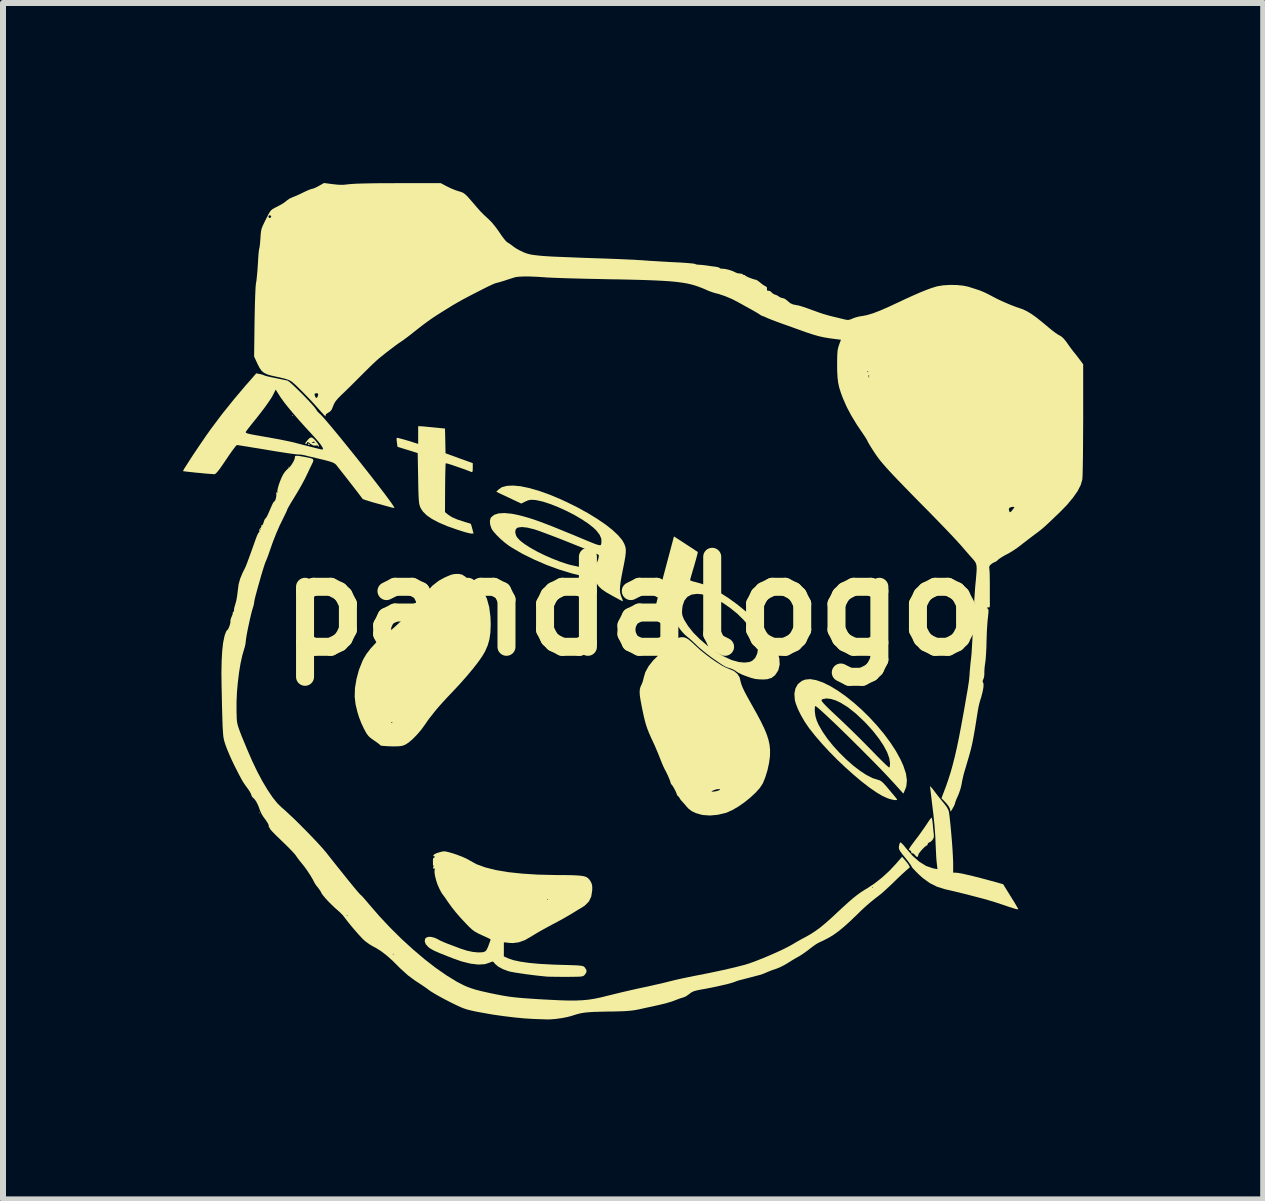
<source format=kicad_pcb>
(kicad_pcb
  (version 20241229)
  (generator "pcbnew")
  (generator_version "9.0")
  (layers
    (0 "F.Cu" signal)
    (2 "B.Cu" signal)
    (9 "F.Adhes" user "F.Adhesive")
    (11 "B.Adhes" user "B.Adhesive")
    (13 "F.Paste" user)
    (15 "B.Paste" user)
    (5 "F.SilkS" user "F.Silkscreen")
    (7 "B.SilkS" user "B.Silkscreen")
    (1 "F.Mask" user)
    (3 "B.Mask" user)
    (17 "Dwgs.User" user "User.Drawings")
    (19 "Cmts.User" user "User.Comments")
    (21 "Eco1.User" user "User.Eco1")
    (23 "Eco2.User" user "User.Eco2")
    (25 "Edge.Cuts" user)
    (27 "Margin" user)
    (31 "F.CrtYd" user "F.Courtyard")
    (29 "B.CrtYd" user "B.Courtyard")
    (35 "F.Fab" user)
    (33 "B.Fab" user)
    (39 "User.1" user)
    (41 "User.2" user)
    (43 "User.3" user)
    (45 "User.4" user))
  (footprint "pandalogo"
    (layer "F.Cu")
    (at 7.498 7.051)
    (property "Reference" "pandalogo" (at 0 0 0) (layer "F.SilkS") (effects (font (size 1.5 1.5) (thickness 0.3))))
    (attr board_only exclude_from_pos_files exclude_from_bom)
    (fp_poly (pts (xy -6.217 3.446) (xy -6.224 3.454) (xy -6.232 3.446) (xy -6.224 3.438)) (stroke (width 0) (type solid)) (fill yes) (layer "F.SilkS"))
    (fp_poly (pts (xy -5.73 -2.316) (xy -5.738 -2.308) (xy -5.746 -2.316) (xy -5.738 -2.323)) (stroke (width 0) (type solid)) (fill yes) (layer "F.SilkS"))
    (fp_poly (pts (xy -5.667 -3.179) (xy -5.675 -3.171) (xy -5.683 -3.179) (xy -5.675 -3.187)) (stroke (width 0) (type solid)) (fill yes) (layer "F.SilkS"))
    (fp_poly (pts (xy 1.397 0.494) (xy 1.389 0.502) (xy 1.381 0.494) (xy 1.389 0.487)) (stroke (width 0) (type solid)) (fill yes) (layer "F.SilkS"))
    (fp_poly (pts (xy -5.4 -2.708) (xy -5.385 -2.694) (xy -5.385 -2.691) (xy -5.397 -2.685) (xy -5.4 -2.684) (xy -5.415 -2.696) (xy -5.416 -2.701) (xy -5.406 -2.71)) (stroke (width 0) (type solid)) (fill yes) (layer "F.SilkS"))
    (fp_poly (pts (xy -5.344 -2.806) (xy -5.319 -2.788) (xy -5.29 -2.757) (xy -5.262 -2.722) (xy -5.241 -2.689) (xy -5.231 -2.665) (xy -5.236 -2.658) (xy -5.251 -2.665) (xy -5.25 -2.671) (xy -5.257 -2.678) (xy -5.285 -2.675) (xy -5.286 -2.675) (xy -5.326 -2.676) (xy -5.367 -2.699) (xy -5.377 -2.707) (xy -5.401 -2.725) (xy -5.352 -2.725) (xy -5.343 -2.72) (xy -5.323 -2.72) (xy -5.301 -2.727) (xy -5.3 -2.734) (xy -5.318 -2.74) (xy -5.33 -2.737) (xy -5.352 -2.725) (xy -5.401 -2.725) (xy -5.408 -2.731) (xy -5.424 -2.734) (xy -5.429 -2.724) (xy -5.441 -2.703) (xy -5.448 -2.7) (xy -5.462 -2.706) (xy -5.455 -2.725) (xy -5.427 -2.76) (xy -5.419 -2.77) (xy -5.387 -2.802) (xy -5.362 -2.811)) (stroke (width 0) (type solid)) (fill yes) (layer "F.SilkS"))
    (fp_poly (pts (xy 4.982 3.536) (xy 4.99 3.57) (xy 4.996 3.622) (xy 4.997 3.631) (xy 5.003 3.697) (xy 5.009 3.759) (xy 5.015 3.801) (xy 5.015 3.853) (xy 4.994 3.896) (xy 4.991 3.899) (xy 4.962 3.927) (xy 4.937 3.94) (xy 4.936 3.94) (xy 4.916 3.953) (xy 4.914 3.964) (xy 4.907 3.985) (xy 4.902 3.987) (xy 4.88 3.999) (xy 4.848 4.027) (xy 4.812 4.065) (xy 4.78 4.103) (xy 4.76 4.134) (xy 4.757 4.145) (xy 4.749 4.176) (xy 4.731 4.18) (xy 4.705 4.156) (xy 4.702 4.151) (xy 4.677 4.124) (xy 4.654 4.119) (xy 4.639 4.117) (xy 4.641 4.106) (xy 4.635 4.084) (xy 4.624 4.076) (xy 4.603 4.061) (xy 4.6 4.052) (xy 4.609 4.035) (xy 4.633 3.998) (xy 4.67 3.948) (xy 4.709 3.896) (xy 4.763 3.825) (xy 4.818 3.748) (xy 4.867 3.678) (xy 4.89 3.644) (xy 4.924 3.592) (xy 4.953 3.551) (xy 4.972 3.528) (xy 4.975 3.525)) (stroke (width 0) (type solid)) (fill yes) (layer "F.SilkS"))
    (fp_poly (pts (xy -3.536 -2.997) (xy -3.503 -2.995) (xy -3.448 -2.99) (xy -3.377 -2.983) (xy -3.312 -2.977) (xy -3.132 -2.959) (xy -3.127 -2.753) (xy -3.123 -2.547) (xy -2.896 -2.464) (xy -2.669 -2.382) (xy -2.669 -2.304) (xy -2.67 -2.258) (xy -2.676 -2.237) (xy -2.689 -2.234) (xy -2.696 -2.237) (xy -2.758 -2.261) (xy -2.828 -2.287) (xy -2.903 -2.313) (xy -2.975 -2.338) (xy -3.038 -2.359) (xy -3.087 -2.374) (xy -3.115 -2.38) (xy -3.119 -2.38) (xy -3.122 -2.363) (xy -3.124 -2.319) (xy -3.126 -2.251) (xy -3.128 -2.165) (xy -3.129 -2.065) (xy -3.13 -1.969) (xy -3.132 -1.567) (xy -3.079 -1.523) (xy -3.016 -1.482) (xy -2.923 -1.442) (xy -2.802 -1.402) (xy -2.779 -1.396) (xy -2.736 -1.383) (xy -2.708 -1.374) (xy -2.703 -1.372) (xy -2.697 -1.357) (xy -2.685 -1.32) (xy -2.677 -1.289) (xy -2.656 -1.209) (xy -2.698 -1.209) (xy -2.729 -1.215) (xy -2.782 -1.228) (xy -2.849 -1.248) (xy -2.921 -1.271) (xy -3.094 -1.332) (xy -3.236 -1.393) (xy -3.35 -1.453) (xy -3.438 -1.514) (xy -3.501 -1.577) (xy -3.535 -1.629) (xy -3.546 -1.653) (xy -3.554 -1.677) (xy -3.561 -1.705) (xy -3.566 -1.742) (xy -3.57 -1.792) (xy -3.573 -1.858) (xy -3.576 -1.945) (xy -3.578 -2.058) (xy -3.579 -2.127) (xy -3.587 -2.55) (xy -3.755 -2.602) (xy -3.923 -2.654) (xy -3.933 -2.725) (xy -3.938 -2.769) (xy -3.938 -2.798) (xy -3.936 -2.804) (xy -3.919 -2.803) (xy -3.878 -2.793) (xy -3.819 -2.777) (xy -3.753 -2.758) (xy -3.579 -2.703) (xy -3.579 -2.851) (xy -3.579 -2.998)) (stroke (width 0) (type solid)) (fill yes) (layer "F.SilkS"))
    (fp_poly (pts (xy 4.964 3.011) (xy 4.989 3.04) (xy 5.023 3.084) (xy 5.042 3.109) (xy 5.089 3.171) (xy 5.14 3.234) (xy 5.183 3.286) (xy 5.19 3.294) (xy 5.229 3.346) (xy 5.257 3.397) (xy 5.265 3.422) (xy 5.273 3.474) (xy 5.282 3.551) (xy 5.292 3.647) (xy 5.302 3.754) (xy 5.312 3.868) (xy 5.321 3.981) (xy 5.328 4.087) (xy 5.333 4.18) (xy 5.336 4.253) (xy 5.337 4.274) (xy 5.337 4.443) (xy 5.383 4.443) (xy 5.423 4.447) (xy 5.49 4.459) (xy 5.578 4.479) (xy 5.684 4.504) (xy 5.805 4.535) (xy 5.935 4.57) (xy 5.97 4.579) (xy 6.17 4.635) (xy 6.295 4.837) (xy 6.339 4.907) (xy 6.376 4.968) (xy 6.403 5.015) (xy 6.419 5.042) (xy 6.421 5.047) (xy 6.417 5.052) (xy 6.404 5.052) (xy 6.378 5.047) (xy 6.335 5.034) (xy 6.272 5.014) (xy 6.184 4.984) (xy 6.133 4.967) (xy 6.03 4.933) (xy 5.917 4.899) (xy 5.789 4.864) (xy 5.644 4.826) (xy 5.478 4.784) (xy 5.286 4.738) (xy 5.196 4.717) (xy 5.066 4.676) (xy 4.947 4.616) (xy 4.831 4.532) (xy 4.773 4.48) (xy 4.722 4.43) (xy 4.681 4.387) (xy 4.654 4.356) (xy 4.646 4.343) (xy 4.636 4.324) (xy 4.61 4.287) (xy 4.573 4.237) (xy 4.536 4.191) (xy 4.487 4.131) (xy 4.456 4.088) (xy 4.439 4.057) (xy 4.432 4.032) (xy 4.434 4.006) (xy 4.434 4.004) (xy 4.442 3.964) (xy 4.453 3.939) (xy 4.454 3.938) (xy 4.469 3.944) (xy 4.497 3.97) (xy 4.533 4.012) (xy 4.55 4.034) (xy 4.66 4.161) (xy 4.772 4.26) (xy 4.887 4.331) (xy 5.001 4.37) (xy 5.014 4.373) (xy 5.075 4.384) (xy 5.064 4.284) (xy 5.058 4.226) (xy 5.053 4.149) (xy 5.049 4.062) (xy 5.046 3.995) (xy 5.039 3.83) (xy 5.026 3.656) (xy 5.007 3.466) (xy 4.981 3.254) (xy 4.979 3.234) (xy 4.969 3.153) (xy 4.961 3.084) (xy 4.955 3.033) (xy 4.953 3.005) (xy 4.953 3.001)) (stroke (width 0) (type solid)) (fill yes) (layer "F.SilkS"))
    (fp_poly (pts (xy -2.9 -0.536) (xy -2.848 -0.525) (xy -2.797 -0.493) (xy -2.783 -0.481) (xy -2.732 -0.441) (xy -2.676 -0.405) (xy -2.66 -0.396) (xy -2.567 -0.331) (xy -2.492 -0.241) (xy -2.434 -0.125) (xy -2.395 0.016) (xy -2.374 0.182) (xy -2.37 0.304) (xy -2.375 0.438) (xy -2.391 0.551) (xy -2.419 0.652) (xy -2.462 0.751) (xy -2.467 0.761) (xy -2.514 0.84) (xy -2.582 0.937) (xy -2.669 1.048) (xy -2.772 1.171) (xy -2.889 1.303) (xy -3.018 1.441) (xy -3.044 1.468) (xy -3.11 1.538) (xy -3.176 1.61) (xy -3.235 1.676) (xy -3.28 1.729) (xy -3.289 1.74) (xy -3.328 1.789) (xy -3.36 1.83) (xy -3.381 1.855) (xy -3.383 1.858) (xy -3.399 1.879) (xy -3.427 1.918) (xy -3.461 1.968) (xy -3.468 1.978) (xy -3.529 2.062) (xy -3.598 2.142) (xy -3.668 2.214) (xy -3.734 2.271) (xy -3.789 2.307) (xy -3.796 2.31) (xy -3.832 2.325) (xy -3.872 2.333) (xy -3.924 2.337) (xy -3.995 2.338) (xy -4.035 2.337) (xy -4.104 2.334) (xy -4.16 2.33) (xy -4.197 2.326) (xy -4.207 2.322) (xy -4.219 2.309) (xy -4.251 2.283) (xy -4.298 2.25) (xy -4.315 2.239) (xy -4.368 2.201) (xy -4.406 2.167) (xy -4.436 2.128) (xy -4.466 2.075) (xy -4.486 2.037) (xy -4.53 1.943) (xy -4.532 1.936) (xy -4.029 1.936) (xy -4.027 1.945) (xy -4.019 1.947) (xy -4.006 1.941) (xy -4.008 1.936) (xy -4.027 1.934) (xy -4.029 1.936) (xy -4.532 1.936) (xy -4.563 1.857) (xy -4.591 1.767) (xy -4.617 1.66) (xy -4.623 1.633) (xy -4.637 1.507) (xy -4.632 1.365) (xy -4.607 1.215) (xy -4.566 1.063) (xy -4.508 0.917) (xy -4.489 0.878) (xy -4.44 0.796) (xy -4.372 0.708) (xy -4.293 0.622) (xy -4.214 0.548) (xy -4.179 0.521) (xy -4.106 0.465) (xy -4.022 0.394) (xy -3.931 0.312) (xy -3.839 0.226) (xy -3.75 0.138) (xy -3.669 0.054) (xy -3.6 -0.021) (xy -3.548 -0.084) (xy -3.53 -0.11) (xy -3.435 -0.241) (xy -3.338 -0.344) (xy -3.235 -0.423) (xy -3.147 -0.472) (xy -3.078 -0.503) (xy -3.029 -0.522) (xy -2.989 -0.532) (xy -2.948 -0.536)) (stroke (width 0) (type solid)) (fill yes) (layer "F.SilkS"))
    (fp_poly (pts (xy 0.855 0.521) (xy 0.89 0.534) (xy 0.929 0.558) (xy 0.978 0.599) (xy 1.042 0.658) (xy 1.052 0.668) (xy 1.125 0.734) (xy 1.209 0.802) (xy 1.299 0.87) (xy 1.389 0.932) (xy 1.473 0.985) (xy 1.546 1.024) (xy 1.6 1.046) (xy 1.68 1.08) (xy 1.74 1.128) (xy 1.776 1.184) (xy 1.782 1.203) (xy 1.794 1.256) (xy 1.808 1.305) (xy 1.828 1.356) (xy 1.855 1.414) (xy 1.892 1.485) (xy 1.941 1.574) (xy 1.979 1.642) (xy 2.065 1.795) (xy 2.135 1.927) (xy 2.19 2.041) (xy 2.231 2.14) (xy 2.259 2.229) (xy 2.277 2.311) (xy 2.285 2.391) (xy 2.285 2.472) (xy 2.283 2.509) (xy 2.268 2.619) (xy 2.242 2.737) (xy 2.207 2.851) (xy 2.168 2.947) (xy 2.163 2.958) (xy 2.115 3.031) (xy 2.044 3.11) (xy 1.957 3.191) (xy 1.859 3.27) (xy 1.757 3.341) (xy 1.656 3.4) (xy 1.564 3.441) (xy 1.546 3.447) (xy 1.414 3.478) (xy 1.285 3.49) (xy 1.169 3.482) (xy 1.146 3.478) (xy 1.052 3.451) (xy 0.981 3.418) (xy 0.923 3.373) (xy 0.895 3.342) (xy 0.857 3.297) (xy 0.822 3.258) (xy 0.808 3.243) (xy 0.786 3.215) (xy 0.777 3.198) (xy 0.766 3.18) (xy 0.756 3.173) (xy 0.735 3.148) (xy 0.732 3.138) (xy 0.721 3.107) (xy 0.713 3.09) (xy 1.309 3.09) (xy 1.328 3.092) (xy 1.337 3.092) (xy 1.384 3.086) (xy 1.424 3.074) (xy 1.452 3.061) (xy 1.452 3.054) (xy 1.436 3.05) (xy 1.4 3.052) (xy 1.356 3.065) (xy 1.349 3.068) (xy 1.316 3.083) (xy 1.309 3.09) (xy 0.713 3.09) (xy 0.701 3.065) (xy 0.677 3.021) (xy 0.655 2.987) (xy 0.644 2.975) (xy 0.629 2.952) (xy 0.628 2.944) (xy 0.621 2.919) (xy 0.604 2.875) (xy 0.581 2.821) (xy 0.554 2.765) (xy 0.529 2.718) (xy 0.528 2.716) (xy 0.512 2.683) (xy 0.489 2.631) (xy 0.464 2.568) (xy 0.454 2.543) (xy 0.423 2.465) (xy 0.388 2.382) (xy 0.357 2.309) (xy 0.352 2.3) (xy 0.305 2.198) (xy 0.269 2.117) (xy 0.242 2.049) (xy 0.22 1.985) (xy 0.201 1.918) (xy 0.182 1.84) (xy 0.161 1.743) (xy 0.149 1.684) (xy 0.129 1.578) (xy 0.116 1.497) (xy 0.112 1.435) (xy 0.115 1.386) (xy 0.126 1.346) (xy 0.139 1.318) (xy 0.161 1.266) (xy 0.177 1.206) (xy 0.179 1.195) (xy 0.207 1.101) (xy 0.261 1.002) (xy 0.338 0.904) (xy 0.432 0.814) (xy 0.449 0.801) (xy 0.508 0.749) (xy 0.57 0.69) (xy 0.609 0.647) (xy 0.672 0.581) (xy 0.728 0.54) (xy 0.784 0.521) (xy 0.82 0.518)) (stroke (width 0) (type solid)) (fill yes) (layer "F.SilkS"))
    (fp_poly (pts (xy 0.88 -1.034) (xy 0.949 -0.989) (xy 1.008 -0.951) (xy 1.052 -0.921) (xy 1.077 -0.905) (xy 1.081 -0.902) (xy 1.079 -0.886) (xy 1.069 -0.845) (xy 1.053 -0.785) (xy 1.032 -0.711) (xy 1.021 -0.672) (xy 0.997 -0.592) (xy 0.977 -0.523) (xy 0.962 -0.47) (xy 0.954 -0.439) (xy 0.952 -0.434) (xy 0.965 -0.424) (xy 1.001 -0.411) (xy 1.051 -0.399) (xy 1.172 -0.363) (xy 1.305 -0.304) (xy 1.447 -0.227) (xy 1.594 -0.133) (xy 1.74 -0.027) (xy 1.882 0.089) (xy 2.014 0.21) (xy 2.133 0.334) (xy 2.233 0.458) (xy 2.258 0.492) (xy 2.346 0.632) (xy 2.407 0.759) (xy 2.44 0.872) (xy 2.446 0.973) (xy 2.425 1.062) (xy 2.415 1.083) (xy 2.368 1.153) (xy 2.31 1.197) (xy 2.237 1.219) (xy 2.168 1.223) (xy 2.109 1.221) (xy 2.06 1.217) (xy 2.033 1.213) (xy 1.962 1.194) (xy 1.888 1.168) (xy 1.818 1.141) (xy 1.762 1.114) (xy 1.727 1.092) (xy 1.727 1.091) (xy 1.686 1.064) (xy 1.634 1.041) (xy 1.618 1.036) (xy 1.587 1.027) (xy 1.558 1.017) (xy 1.528 1.002) (xy 1.491 0.98) (xy 1.443 0.948) (xy 1.378 0.903) (xy 1.312 0.857) (xy 1.239 0.802) (xy 1.164 0.742) (xy 1.098 0.686) (xy 1.061 0.651) (xy 1.008 0.6) (xy 0.955 0.552) (xy 0.912 0.516) (xy 0.905 0.511) (xy 0.862 0.473) (xy 0.815 0.422) (xy 0.788 0.388) (xy 0.731 0.308) (xy 0.716 0.362) (xy 0.705 0.399) (xy 0.698 0.42) (xy 0.697 0.422) (xy 0.682 0.417) (xy 0.648 0.398) (xy 0.599 0.37) (xy 0.541 0.335) (xy 0.481 0.297) (xy 0.425 0.261) (xy 0.378 0.229) (xy 0.346 0.206) (xy 0.335 0.195) (xy 0.337 0.177) (xy 0.347 0.131) (xy 0.353 0.108) (xy 0.818 0.108) (xy 0.825 0.157) (xy 0.846 0.21) (xy 0.853 0.225) (xy 0.919 0.332) (xy 1.008 0.444) (xy 1.118 0.554) (xy 1.24 0.659) (xy 1.371 0.754) (xy 1.505 0.834) (xy 1.636 0.895) (xy 1.662 0.904) (xy 1.764 0.932) (xy 1.859 0.941) (xy 1.939 0.932) (xy 1.988 0.912) (xy 2.037 0.865) (xy 2.07 0.796) (xy 2.085 0.712) (xy 2.083 0.652) (xy 2.059 0.551) (xy 2.008 0.445) (xy 1.936 0.337) (xy 1.845 0.23) (xy 1.74 0.127) (xy 1.624 0.033) (xy 1.503 -0.051) (xy 1.379 -0.119) (xy 1.257 -0.169) (xy 1.141 -0.198) (xy 1.069 -0.204) (xy 0.979 -0.192) (xy 0.909 -0.155) (xy 0.859 -0.094) (xy 0.829 -0.008) (xy 0.821 0.047) (xy 0.818 0.108) (xy 0.353 0.108) (xy 0.364 0.062) (xy 0.386 -0.029) (xy 0.413 -0.137) (xy 0.445 -0.259) (xy 0.48 -0.393) (xy 0.506 -0.492) (xy 0.684 -1.161)) (stroke (width 0) (type solid)) (fill yes) (layer "F.SilkS"))
    (fp_poly (pts (xy 3.055 1.234) (xy 3.166 1.273) (xy 3.287 1.332) (xy 3.414 1.409) (xy 3.546 1.502) (xy 3.68 1.609) (xy 3.813 1.727) (xy 3.943 1.855) (xy 4.067 1.99) (xy 4.184 2.13) (xy 4.29 2.273) (xy 4.384 2.417) (xy 4.462 2.56) (xy 4.507 2.661) (xy 4.55 2.79) (xy 4.566 2.902) (xy 4.557 3.001) (xy 4.539 3.052) (xy 4.507 3.125) (xy 4.362 2.964) (xy 4.292 2.888) (xy 4.21 2.8) (xy 4.117 2.703) (xy 4.016 2.599) (xy 3.908 2.491) (xy 3.798 2.38) (xy 3.686 2.269) (xy 3.576 2.16) (xy 3.47 2.057) (xy 3.37 1.96) (xy 3.279 1.874) (xy 3.199 1.799) (xy 3.132 1.738) (xy 3.082 1.695) (xy 3.05 1.67) (xy 3.042 1.666) (xy 3.033 1.677) (xy 3.031 1.717) (xy 3.032 1.762) (xy 3.042 1.836) (xy 3.063 1.907) (xy 3.096 1.981) (xy 3.161 2.094) (xy 3.243 2.212) (xy 3.338 2.33) (xy 3.444 2.446) (xy 3.556 2.556) (xy 3.67 2.657) (xy 3.784 2.744) (xy 3.892 2.815) (xy 3.992 2.866) (xy 4.08 2.894) (xy 4.083 2.895) (xy 4.113 2.904) (xy 4.143 2.922) (xy 4.179 2.955) (xy 4.226 3.007) (xy 4.248 3.034) (xy 4.31 3.108) (xy 4.355 3.161) (xy 4.384 3.197) (xy 4.399 3.218) (xy 4.402 3.23) (xy 4.395 3.233) (xy 4.381 3.233) (xy 4.369 3.233) (xy 4.329 3.227) (xy 4.275 3.213) (xy 4.243 3.202) (xy 4.156 3.163) (xy 4.053 3.101) (xy 3.936 3.02) (xy 3.811 2.923) (xy 3.679 2.812) (xy 3.544 2.691) (xy 3.408 2.563) (xy 3.276 2.429) (xy 3.151 2.294) (xy 3.035 2.159) (xy 2.934 2.031) (xy 2.863 1.927) (xy 2.8 1.818) (xy 2.748 1.712) (xy 2.711 1.615) (xy 2.699 1.566) (xy 3.144 1.566) (xy 3.145 1.578) (xy 3.156 1.596) (xy 3.179 1.623) (xy 3.216 1.662) (xy 3.27 1.715) (xy 3.342 1.784) (xy 3.428 1.864) (xy 3.53 1.961) (xy 3.642 2.069) (xy 3.758 2.183) (xy 3.868 2.293) (xy 3.966 2.393) (xy 3.996 2.424) (xy 4.07 2.5) (xy 4.137 2.567) (xy 4.194 2.623) (xy 4.237 2.663) (xy 4.265 2.687) (xy 4.273 2.691) (xy 4.281 2.671) (xy 4.285 2.633) (xy 4.285 2.617) (xy 4.272 2.533) (xy 4.236 2.434) (xy 4.177 2.324) (xy 4.099 2.207) (xy 4.003 2.084) (xy 3.891 1.96) (xy 3.854 1.922) (xy 3.713 1.789) (xy 3.582 1.685) (xy 3.459 1.609) (xy 3.378 1.571) (xy 3.299 1.547) (xy 3.227 1.539) (xy 3.171 1.548) (xy 3.15 1.558) (xy 3.144 1.566) (xy 2.699 1.566) (xy 2.698 1.56) (xy 2.691 1.459) (xy 2.709 1.371) (xy 2.75 1.299) (xy 2.813 1.248) (xy 2.87 1.225) (xy 2.955 1.217)) (stroke (width 0) (type solid)) (fill yes) (layer "F.SilkS"))
    (fp_poly (pts (xy -1.87 -1.997) (xy -1.726 -1.967) (xy -1.566 -1.921) (xy -1.39 -1.858) (xy -1.201 -1.779) (xy -1.106 -1.735) (xy -0.922 -1.644) (xy -0.75 -1.549) (xy -0.595 -1.454) (xy -0.457 -1.36) (xy -0.34 -1.268) (xy -0.247 -1.181) (xy -0.18 -1.101) (xy -0.164 -1.075) (xy -0.142 -1.033) (xy -0.127 -0.992) (xy -0.119 -0.948) (xy -0.119 -0.895) (xy -0.126 -0.828) (xy -0.141 -0.742) (xy -0.163 -0.63) (xy -0.164 -0.625) (xy -0.188 -0.503) (xy -0.205 -0.406) (xy -0.214 -0.33) (xy -0.217 -0.271) (xy -0.213 -0.222) (xy -0.202 -0.18) (xy -0.189 -0.145) (xy -0.173 -0.107) (xy -0.168 -0.083) (xy -0.17 -0.08) (xy -0.187 -0.088) (xy -0.226 -0.108) (xy -0.281 -0.138) (xy -0.347 -0.174) (xy -0.358 -0.18) (xy -0.451 -0.234) (xy -0.52 -0.282) (xy -0.569 -0.328) (xy -0.603 -0.377) (xy -0.626 -0.426) (xy -0.635 -0.441) (xy -0.655 -0.454) (xy -0.689 -0.467) (xy -0.744 -0.48) (xy -0.825 -0.497) (xy -0.825 -0.497) (xy -1.021 -0.545) (xy -1.229 -0.609) (xy -1.439 -0.686) (xy -1.645 -0.775) (xy -1.838 -0.87) (xy -2.011 -0.97) (xy -2.072 -1.01) (xy -2.138 -1.06) (xy -2.206 -1.119) (xy -2.269 -1.181) (xy -2.312 -1.229) (xy -1.961 -1.229) (xy -1.948 -1.177) (xy -1.93 -1.145) (xy -1.881 -1.092) (xy -1.806 -1.034) (xy -1.711 -0.973) (xy -1.599 -0.91) (xy -1.475 -0.849) (xy -1.345 -0.792) (xy -1.212 -0.74) (xy -1.081 -0.697) (xy -1.028 -0.683) (xy -0.9 -0.655) (xy -0.791 -0.645) (xy -0.705 -0.653) (xy -0.648 -0.674) (xy -0.604 -0.715) (xy -0.581 -0.77) (xy -0.571 -0.813) (xy -0.568 -0.845) (xy -0.569 -0.851) (xy -0.584 -0.86) (xy -0.625 -0.88) (xy -0.688 -0.907) (xy -0.768 -0.941) (xy -0.861 -0.98) (xy -0.964 -1.021) (xy -1.073 -1.065) (xy -1.184 -1.109) (xy -1.292 -1.151) (xy -1.395 -1.19) (xy -1.487 -1.224) (xy -1.565 -1.253) (xy -1.625 -1.273) (xy -1.646 -1.28) (xy -1.76 -1.308) (xy -1.85 -1.318) (xy -1.916 -1.309) (xy -1.932 -1.302) (xy -1.956 -1.273) (xy -1.961 -1.229) (xy -2.312 -1.229) (xy -2.321 -1.239) (xy -2.355 -1.287) (xy -2.356 -1.291) (xy -2.379 -1.356) (xy -2.384 -1.419) (xy -2.37 -1.471) (xy -2.364 -1.479) (xy -2.313 -1.521) (xy -2.238 -1.545) (xy -2.139 -1.551) (xy -2.019 -1.539) (xy -1.966 -1.529) (xy -1.891 -1.513) (xy -1.816 -1.493) (xy -1.736 -1.47) (xy -1.648 -1.442) (xy -1.55 -1.407) (xy -1.436 -1.364) (xy -1.306 -1.313) (xy -1.154 -1.251) (xy -0.977 -1.179) (xy -0.918 -1.154) (xy -0.803 -1.106) (xy -0.714 -1.069) (xy -0.647 -1.042) (xy -0.599 -1.025) (xy -0.566 -1.016) (xy -0.546 -1.014) (xy -0.535 -1.019) (xy -0.53 -1.031) (xy -0.527 -1.047) (xy -0.525 -1.057) (xy -0.526 -1.12) (xy -0.553 -1.186) (xy -0.607 -1.257) (xy -0.655 -1.304) (xy -0.743 -1.374) (xy -0.853 -1.447) (xy -0.977 -1.52) (xy -1.111 -1.588) (xy -1.247 -1.65) (xy -1.38 -1.702) (xy -1.502 -1.742) (xy -1.608 -1.765) (xy -1.634 -1.769) (xy -1.696 -1.772) (xy -1.744 -1.764) (xy -1.792 -1.743) (xy -1.861 -1.709) (xy -2.069 -1.807) (xy -2.277 -1.905) (xy -2.242 -1.941) (xy -2.183 -1.982) (xy -2.1 -2.004) (xy -1.995 -2.009)) (stroke (width 0) (type solid)) (fill yes) (layer "F.SilkS"))
    (fp_poly (pts (xy -6.219 -3.868) (xy -6.177 -3.858) (xy -6.148 -3.847) (xy -6.146 -3.846) (xy -6.125 -3.838) (xy -6.08 -3.826) (xy -6.018 -3.812) (xy -5.958 -3.8) (xy -5.885 -3.785) (xy -5.821 -3.772) (xy -5.774 -3.762) (xy -5.754 -3.757) (xy -5.732 -3.742) (xy -5.693 -3.709) (xy -5.641 -3.661) (xy -5.582 -3.604) (xy -5.517 -3.54) (xy -5.453 -3.474) (xy -5.394 -3.412) (xy -5.343 -3.356) (xy -5.305 -3.312) (xy -5.284 -3.283) (xy -5.283 -3.281) (xy -5.256 -3.242) (xy -5.228 -3.214) (xy -5.203 -3.191) (xy -5.161 -3.146) (xy -5.105 -3.081) (xy -5.036 -3) (xy -4.957 -2.905) (xy -4.869 -2.798) (xy -4.776 -2.683) (xy -4.678 -2.562) (xy -4.579 -2.438) (xy -4.481 -2.314) (xy -4.385 -2.192) (xy -4.294 -2.075) (xy -4.21 -1.966) (xy -4.135 -1.868) (xy -4.072 -1.783) (xy -4.022 -1.714) (xy -3.989 -1.664) (xy -3.981 -1.652) (xy -3.976 -1.644) (xy -3.975 -1.639) (xy -3.982 -1.637) (xy -4 -1.639) (xy -4.033 -1.647) (xy -4.086 -1.661) (xy -4.162 -1.682) (xy -4.245 -1.705) (xy -4.329 -1.728) (xy -4.402 -1.75) (xy -4.459 -1.768) (xy -4.495 -1.781) (xy -4.504 -1.786) (xy -4.52 -1.807) (xy -4.551 -1.848) (xy -4.594 -1.905) (xy -4.646 -1.972) (xy -4.703 -2.045) (xy -4.762 -2.121) (xy -4.818 -2.193) (xy -4.869 -2.257) (xy -4.91 -2.309) (xy -4.938 -2.345) (xy -4.948 -2.357) (xy -4.969 -2.375) (xy -4.998 -2.391) (xy -5.042 -2.407) (xy -5.105 -2.425) (xy -5.194 -2.447) (xy -5.196 -2.447) (xy -5.279 -2.467) (xy -5.356 -2.485) (xy -5.419 -2.5) (xy -5.46 -2.511) (xy -5.465 -2.512) (xy -5.521 -2.523) (xy -5.581 -2.527) (xy -5.583 -2.527) (xy -5.614 -2.53) (xy -5.671 -2.537) (xy -5.75 -2.548) (xy -5.847 -2.563) (xy -5.957 -2.58) (xy -6.076 -2.6) (xy -6.113 -2.606) (xy -6.231 -2.626) (xy -6.339 -2.643) (xy -6.434 -2.659) (xy -6.511 -2.671) (xy -6.566 -2.68) (xy -6.596 -2.684) (xy -6.6 -2.684) (xy -6.614 -2.672) (xy -6.642 -2.637) (xy -6.681 -2.585) (xy -6.728 -2.518) (xy -6.78 -2.441) (xy -6.842 -2.35) (xy -6.889 -2.283) (xy -6.925 -2.238) (xy -6.951 -2.21) (xy -6.97 -2.199) (xy -6.976 -2.198) (xy -7.006 -2.2) (xy -7.058 -2.204) (xy -7.125 -2.209) (xy -7.201 -2.217) (xy -7.28 -2.224) (xy -7.355 -2.232) (xy -7.42 -2.239) (xy -7.469 -2.245) (xy -7.496 -2.249) (xy -7.498 -2.25) (xy -7.492 -2.264) (xy -7.471 -2.301) (xy -7.436 -2.355) (xy -7.392 -2.424) (xy -7.341 -2.503) (xy -7.284 -2.588) (xy -7.225 -2.676) (xy -7.166 -2.762) (xy -7.111 -2.843) (xy -7.074 -2.894) (xy -6.453 -2.894) (xy -6.444 -2.886) (xy -6.422 -2.877) (xy -6.382 -2.867) (xy -6.321 -2.855) (xy -6.237 -2.84) (xy -6.125 -2.82) (xy -6.118 -2.819) (xy -6.006 -2.799) (xy -5.896 -2.779) (xy -5.793 -2.758) (xy -5.706 -2.74) (xy -5.64 -2.725) (xy -5.628 -2.721) (xy -5.566 -2.705) (xy -5.493 -2.686) (xy -5.414 -2.666) (xy -5.336 -2.646) (xy -5.267 -2.629) (xy -5.213 -2.616) (xy -5.18 -2.609) (xy -5.177 -2.608) (xy -5.165 -2.618) (xy -5.165 -2.623) (xy -5.176 -2.65) (xy -5.207 -2.697) (xy -5.257 -2.759) (xy -5.323 -2.833) (xy -5.352 -2.865) (xy -5.461 -2.983) (xy -5.564 -3.098) (xy -5.659 -3.208) (xy -5.743 -3.309) (xy -5.812 -3.396) (xy -5.863 -3.467) (xy -5.879 -3.49) (xy -5.953 -3.608) (xy -6.006 -3.503) (xy -6.034 -3.457) (xy -6.077 -3.393) (xy -6.131 -3.317) (xy -6.193 -3.235) (xy -6.249 -3.163) (xy -6.309 -3.088) (xy -6.363 -3.021) (xy -6.407 -2.965) (xy -6.438 -2.924) (xy -6.452 -2.903) (xy -6.452 -2.903) (xy -6.453 -2.894) (xy -7.074 -2.894) (xy -7.06 -2.914) (xy -7.034 -2.951) (xy -6.848 -3.199) (xy -6.647 -3.449) (xy -6.445 -3.688) (xy -6.442 -3.69) (xy -6.277 -3.879)) (stroke (width 0) (type solid)) (fill yes) (layer "F.SilkS"))
    (fp_poly (pts (xy -3.121 4.089) (xy -3.066 4.102) (xy -2.997 4.122) (xy -2.921 4.148) (xy -2.846 4.177) (xy -2.78 4.206) (xy -2.73 4.233) (xy -2.722 4.238) (xy -2.608 4.301) (xy -2.463 4.354) (xy -2.289 4.398) (xy -2.085 4.433) (xy -1.85 4.458) (xy -1.586 4.475) (xy -1.292 4.482) (xy -1.248 4.482) (xy -1.112 4.483) (xy -1.004 4.485) (xy -0.92 4.489) (xy -0.856 4.495) (xy -0.808 4.504) (xy -0.773 4.517) (xy -0.747 4.535) (xy -0.725 4.559) (xy -0.705 4.588) (xy -0.705 4.589) (xy -0.687 4.626) (xy -0.678 4.669) (xy -0.678 4.729) (xy -0.679 4.743) (xy -0.695 4.842) (xy -0.734 4.923) (xy -0.8 4.99) (xy -0.852 5.024) (xy -0.91 5.058) (xy -0.978 5.1) (xy -1.033 5.134) (xy -1.083 5.163) (xy -1.152 5.203) (xy -1.234 5.248) (xy -1.32 5.294) (xy -1.356 5.313) (xy -1.443 5.36) (xy -1.53 5.408) (xy -1.608 5.453) (xy -1.671 5.491) (xy -1.689 5.503) (xy -1.799 5.566) (xy -1.901 5.603) (xy -2 5.616) (xy -2.059 5.613) (xy -2.151 5.603) (xy -2.151 5.721) (xy -2.151 5.838) (xy -2.076 5.872) (xy -1.99 5.901) (xy -1.873 5.926) (xy -1.726 5.947) (xy -1.548 5.963) (xy -1.34 5.974) (xy -1.196 5.979) (xy -1.079 5.982) (xy -0.99 5.985) (xy -0.924 5.988) (xy -0.878 5.992) (xy -0.846 5.997) (xy -0.826 6.003) (xy -0.812 6.012) (xy -0.802 6.023) (xy -0.799 6.026) (xy -0.774 6.067) (xy -0.775 6.102) (xy -0.799 6.14) (xy -0.812 6.154) (xy -0.826 6.164) (xy -0.848 6.171) (xy -0.882 6.175) (xy -0.933 6.177) (xy -1.007 6.178) (xy -1.086 6.179) (xy -1.18 6.179) (xy -1.27 6.178) (xy -1.349 6.177) (xy -1.408 6.176) (xy -1.429 6.175) (xy -1.501 6.168) (xy -1.589 6.159) (xy -1.686 6.147) (xy -1.786 6.134) (xy -1.881 6.12) (xy -1.965 6.107) (xy -2.031 6.095) (xy -2.073 6.085) (xy -2.074 6.085) (xy -2.17 6.049) (xy -2.246 6.007) (xy -2.298 5.963) (xy -2.303 5.956) (xy -2.326 5.929) (xy -2.346 5.924) (xy -2.378 5.938) (xy -2.38 5.939) (xy -2.468 5.968) (xy -2.577 5.974) (xy -2.705 5.959) (xy -2.851 5.923) (xy -2.983 5.877) (xy -3.098 5.832) (xy -3.189 5.796) (xy -3.258 5.767) (xy -3.31 5.744) (xy -3.349 5.723) (xy -3.38 5.705) (xy -3.405 5.686) (xy -3.411 5.681) (xy -3.453 5.634) (xy -3.47 5.586) (xy -3.462 5.543) (xy -3.451 5.529) (xy -3.414 5.513) (xy -3.361 5.513) (xy -3.301 5.529) (xy -3.26 5.548) (xy -3.21 5.575) (xy -3.145 5.604) (xy -3.093 5.625) (xy -3.026 5.65) (xy -2.947 5.68) (xy -2.87 5.709) (xy -2.864 5.711) (xy -2.767 5.742) (xy -2.67 5.763) (xy -2.581 5.772) (xy -2.508 5.769) (xy -2.488 5.765) (xy -2.459 5.752) (xy -2.438 5.728) (xy -2.417 5.685) (xy -2.407 5.658) (xy -2.389 5.609) (xy -2.376 5.572) (xy -2.371 5.557) (xy -2.384 5.547) (xy -2.42 5.529) (xy -2.473 5.504) (xy -2.513 5.486) (xy -2.582 5.454) (xy -2.635 5.424) (xy -2.683 5.389) (xy -2.733 5.342) (xy -2.776 5.298) (xy -2.873 5.194) (xy -2.953 5.102) (xy -3.022 5.015) (xy -3.087 4.924) (xy -3.094 4.914) (xy -3.11 4.89) (xy -1.429 4.89) (xy -1.421 4.898) (xy -1.413 4.89) (xy -1.421 4.882) (xy -1.429 4.89) (xy -3.11 4.89) (xy -3.127 4.864) (xy -3.155 4.826) (xy -3.171 4.805) (xy -3.172 4.804) (xy -3.184 4.786) (xy -3.205 4.75) (xy -3.224 4.713) (xy -3.256 4.642) (xy -3.281 4.565) (xy -3.299 4.493) (xy -3.307 4.433) (xy -3.305 4.401) (xy -3.302 4.373) (xy -3.312 4.372) (xy -3.321 4.377) (xy -3.327 4.373) (xy -3.33 4.353) (xy -3.331 4.333) (xy -3.328 4.333) (xy -3.322 4.346) (xy -3.318 4.343) (xy -3.316 4.325) (xy -3.318 4.322) (xy -3.327 4.324) (xy -3.328 4.333) (xy -3.331 4.333) (xy -3.332 4.313) (xy -3.333 4.275) (xy -3.333 4.231) (xy -3.33 4.205) (xy -3.326 4.201) (xy -3.313 4.194) (xy -3.306 4.183) (xy -3.305 4.167) (xy -3.313 4.168) (xy -3.327 4.167) (xy -3.328 4.162) (xy -3.313 4.138) (xy -3.268 4.116) (xy -3.197 4.095) (xy -3.155 4.087)) (stroke (width 0) (type solid)) (fill yes) (layer "F.SilkS"))
    (fp_poly (pts (xy -5.549 -2.5) (xy -5.48 -2.488) (xy -5.428 -2.478) (xy -5.367 -2.465) (xy -5.334 -2.45) (xy -5.325 -2.429) (xy -5.334 -2.397) (xy -5.345 -2.376) (xy -5.363 -2.338) (xy -5.389 -2.285) (xy -5.415 -2.229) (xy -5.464 -2.127) (xy -5.519 -2.023) (xy -5.584 -1.91) (xy -5.663 -1.78) (xy -5.702 -1.717) (xy -5.733 -1.663) (xy -5.754 -1.625) (xy -5.762 -1.607) (xy -5.768 -1.588) (xy -5.787 -1.548) (xy -5.813 -1.494) (xy -5.826 -1.468) (xy -5.89 -1.337) (xy -5.947 -1.206) (xy -6.003 -1.062) (xy -6.043 -0.948) (xy -6.068 -0.876) (xy -6.091 -0.813) (xy -6.11 -0.765) (xy -6.12 -0.742) (xy -6.131 -0.714) (xy -6.148 -0.663) (xy -6.17 -0.593) (xy -6.195 -0.51) (xy -6.22 -0.421) (xy -6.246 -0.331) (xy -6.269 -0.246) (xy -6.289 -0.172) (xy -6.303 -0.114) (xy -6.31 -0.079) (xy -6.311 -0.072) (xy -6.316 -0.035) (xy -6.329 0.015) (xy -6.335 0.033) (xy -6.349 0.08) (xy -6.366 0.148) (xy -6.385 0.228) (xy -6.404 0.316) (xy -6.422 0.402) (xy -6.437 0.481) (xy -6.447 0.544) (xy -6.452 0.585) (xy -6.452 0.589) (xy -6.458 0.636) (xy -6.471 0.692) (xy -6.477 0.708) (xy -6.509 0.819) (xy -6.539 0.954) (xy -6.564 1.106) (xy -6.584 1.269) (xy -6.599 1.435) (xy -6.606 1.598) (xy -6.606 1.75) (xy -6.604 1.814) (xy -6.603 1.865) (xy -6.6 1.909) (xy -6.594 1.949) (xy -6.584 1.991) (xy -6.569 2.038) (xy -6.548 2.096) (xy -6.52 2.169) (xy -6.482 2.26) (xy -6.434 2.376) (xy -6.423 2.402) (xy -6.343 2.586) (xy -6.26 2.759) (xy -6.175 2.919) (xy -6.09 3.061) (xy -6.008 3.183) (xy -5.93 3.281) (xy -5.859 3.352) (xy -5.854 3.356) (xy -5.795 3.407) (xy -5.72 3.477) (xy -5.633 3.559) (xy -5.54 3.651) (xy -5.445 3.747) (xy -5.352 3.843) (xy -5.266 3.933) (xy -5.192 4.014) (xy -5.134 4.08) (xy -5.113 4.106) (xy -5.011 4.235) (xy -4.914 4.357) (xy -4.824 4.469) (xy -4.744 4.569) (xy -4.674 4.655) (xy -4.617 4.724) (xy -4.574 4.774) (xy -4.548 4.803) (xy -4.542 4.809) (xy -4.523 4.825) (xy -4.49 4.861) (xy -4.447 4.91) (xy -4.4 4.966) (xy -4.226 5.167) (xy -4.043 5.362) (xy -3.854 5.549) (xy -3.662 5.724) (xy -3.471 5.886) (xy -3.284 6.031) (xy -3.104 6.156) (xy -2.934 6.26) (xy -2.818 6.32) (xy -2.756 6.347) (xy -2.692 6.37) (xy -2.619 6.393) (xy -2.531 6.416) (xy -2.42 6.441) (xy -2.37 6.452) (xy -2.275 6.471) (xy -2.188 6.488) (xy -2.106 6.502) (xy -2.023 6.514) (xy -1.934 6.524) (xy -1.836 6.533) (xy -1.721 6.541) (xy -1.587 6.55) (xy -1.428 6.559) (xy -1.366 6.562) (xy -1.201 6.57) (xy -1.061 6.574) (xy -0.94 6.573) (xy -0.833 6.568) (xy -0.732 6.558) (xy -0.633 6.542) (xy -0.528 6.52) (xy -0.416 6.492) (xy -0.306 6.465) (xy -0.179 6.434) (xy -0.045 6.403) (xy 0.083 6.374) (xy 0.149 6.36) (xy 0.258 6.337) (xy 0.371 6.311) (xy 0.479 6.287) (xy 0.572 6.264) (xy 0.628 6.25) (xy 0.71 6.23) (xy 0.811 6.207) (xy 0.922 6.184) (xy 1.03 6.162) (xy 1.067 6.155) (xy 1.299 6.109) (xy 1.505 6.065) (xy 1.691 6.022) (xy 1.86 5.979) (xy 1.944 5.953) (xy 2.048 5.915) (xy 2.164 5.869) (xy 2.286 5.818) (xy 2.405 5.765) (xy 2.515 5.714) (xy 2.608 5.666) (xy 2.66 5.637) (xy 2.723 5.599) (xy 2.798 5.557) (xy 2.87 5.518) (xy 2.871 5.518) (xy 2.956 5.47) (xy 3.037 5.418) (xy 3.121 5.357) (xy 3.211 5.282) (xy 3.313 5.192) (xy 3.395 5.115) (xy 3.502 5.016) (xy 3.591 4.935) (xy 3.666 4.87) (xy 3.733 4.817) (xy 3.796 4.771) (xy 3.858 4.731) (xy 3.907 4.702) (xy 3.931 4.686) (xy 3.987 4.686) (xy 3.995 4.694) (xy 4.003 4.686) (xy 3.995 4.678) (xy 3.987 4.686) (xy 3.931 4.686) (xy 4.026 4.623) (xy 4.152 4.524) (xy 4.276 4.41) (xy 4.382 4.297) (xy 4.486 4.178) (xy 4.547 4.249) (xy 4.589 4.303) (xy 4.611 4.341) (xy 4.612 4.361) (xy 4.604 4.364) (xy 4.589 4.375) (xy 4.556 4.404) (xy 4.507 4.448) (xy 4.448 4.503) (xy 4.387 4.562) (xy 4.318 4.629) (xy 4.252 4.691) (xy 4.194 4.744) (xy 4.151 4.783) (xy 4.129 4.801) (xy 4.036 4.873) (xy 3.958 4.936) (xy 3.884 5) (xy 3.807 5.071) (xy 3.721 5.155) (xy 3.61 5.261) (xy 3.515 5.346) (xy 3.43 5.416) (xy 3.35 5.474) (xy 3.269 5.524) (xy 3.183 5.569) (xy 3.093 5.611) (xy 3.063 5.628) (xy 3.017 5.659) (xy 2.962 5.7) (xy 2.938 5.719) (xy 2.878 5.764) (xy 2.819 5.805) (xy 2.77 5.836) (xy 2.757 5.843) (xy 2.712 5.868) (xy 2.653 5.903) (xy 2.591 5.942) (xy 2.583 5.947) (xy 2.518 5.985) (xy 2.449 6.02) (xy 2.389 6.044) (xy 2.385 6.045) (xy 2.321 6.067) (xy 2.257 6.092) (xy 2.227 6.105) (xy 2.17 6.129) (xy 2.111 6.148) (xy 2.096 6.152) (xy 2.045 6.165) (xy 1.981 6.182) (xy 1.939 6.193) (xy 1.878 6.209) (xy 1.82 6.224) (xy 1.79 6.231) (xy 1.735 6.247) (xy 1.681 6.268) (xy 1.68 6.268) (xy 1.64 6.281) (xy 1.576 6.299) (xy 1.493 6.318) (xy 1.397 6.34) (xy 1.294 6.361) (xy 1.191 6.381) (xy 1.138 6.39) (xy 1.064 6.405) (xy 1.011 6.42) (xy 0.971 6.44) (xy 0.933 6.469) (xy 0.926 6.475) (xy 0.883 6.504) (xy 0.84 6.522) (xy 0.789 6.537) (xy 0.746 6.553) (xy 0.654 6.588) (xy 0.548 6.62) (xy 0.419 6.651) (xy 0.408 6.653) (xy 0.32 6.673) (xy 0.219 6.694) (xy 0.126 6.715) (xy 0.108 6.719) (xy 0.051 6.73) (xy -0.007 6.739) (xy -0.071 6.746) (xy -0.146 6.751) (xy -0.239 6.754) (xy -0.356 6.757) (xy -0.41 6.757) (xy -0.542 6.76) (xy -0.648 6.763) (xy -0.733 6.768) (xy -0.804 6.775) (xy -0.866 6.785) (xy -0.924 6.799) (xy -0.984 6.817) (xy -1.017 6.828) (xy -1.094 6.849) (xy -1.19 6.867) (xy -1.291 6.881) (xy -1.386 6.888) (xy -1.444 6.888) (xy -1.494 6.886) (xy -1.563 6.884) (xy -1.636 6.881) (xy -1.648 6.881) (xy -1.798 6.872) (xy -1.968 6.856) (xy -2.15 6.834) (xy -2.334 6.808) (xy -2.51 6.777) (xy -2.527 6.774) (xy -2.627 6.755) (xy -2.704 6.738) (xy -2.766 6.722) (xy -2.823 6.703) (xy -2.881 6.679) (xy -2.95 6.647) (xy -3.038 6.604) (xy -3.053 6.596) (xy -3.143 6.55) (xy -3.229 6.503) (xy -3.306 6.459) (xy -3.366 6.422) (xy -3.394 6.403) (xy -3.448 6.363) (xy -3.518 6.315) (xy -3.591 6.267) (xy -3.621 6.248) (xy -3.748 6.155) (xy -3.88 6.035) (xy -3.908 6.007) (xy -4.012 5.904) (xy -4.104 5.822) (xy -4.131 5.801) (xy -4.003 5.801) (xy -3.995 5.808) (xy -3.987 5.801) (xy -3.995 5.793) (xy -4.003 5.801) (xy -4.131 5.801) (xy -4.19 5.756) (xy -4.276 5.701) (xy -4.331 5.672) (xy -4.396 5.633) (xy -4.462 5.584) (xy -4.504 5.546) (xy -4.572 5.473) (xy -4.641 5.394) (xy -4.706 5.317) (xy -4.76 5.25) (xy -4.794 5.204) (xy -4.831 5.157) (xy -4.772 5.157) (xy -4.764 5.165) (xy -4.757 5.157) (xy -4.764 5.149) (xy -4.772 5.157) (xy -4.831 5.157) (xy -4.832 5.155) (xy -4.881 5.105) (xy -4.902 5.086) (xy -4.957 5.038) (xy -5.016 4.982) (xy -5.074 4.924) (xy -5.125 4.869) (xy -5.164 4.822) (xy -5.187 4.79) (xy -5.19 4.783) (xy -5.207 4.75) (xy -5.236 4.709) (xy -5.247 4.695) (xy -5.281 4.652) (xy -5.307 4.611) (xy -5.312 4.601) (xy -5.34 4.547) (xy -5.381 4.479) (xy -5.429 4.406) (xy -5.479 4.337) (xy -5.519 4.287) (xy -5.56 4.237) (xy -5.598 4.186) (xy -5.616 4.159) (xy -5.638 4.131) (xy -5.679 4.086) (xy -5.734 4.029) (xy -5.799 3.965) (xy -5.863 3.903) (xy -5.946 3.823) (xy -6.009 3.759) (xy -6.05 3.712) (xy -6.06 3.697) (xy -6.06 3.697) (xy -6.052 3.705) (xy -6.044 3.697) (xy -6.052 3.689) (xy -6.06 3.697) (xy -6.06 3.697) (xy -6.068 3.684) (xy -6.069 3.678) (xy -6.069 3.654) (xy -6.086 3.616) (xy -6.122 3.562) (xy -6.156 3.516) (xy -6.188 3.465) (xy -6.214 3.408) (xy -6.217 3.399) (xy -6.246 3.32) (xy -6.279 3.255) (xy -6.313 3.21) (xy -6.327 3.199) (xy -6.351 3.172) (xy -6.358 3.152) (xy -6.367 3.126) (xy -6.39 3.084) (xy -6.423 3.036) (xy -6.425 3.034) (xy -6.457 2.99) (xy -6.483 2.952) (xy -6.508 2.913) (xy -6.533 2.867) (xy -6.564 2.81) (xy -6.602 2.735) (xy -6.64 2.661) (xy -6.681 2.575) (xy -6.723 2.482) (xy -6.759 2.396) (xy -6.784 2.331) (xy -6.795 2.298) (xy -6.805 2.268) (xy -6.813 2.239) (xy -6.82 2.208) (xy -6.826 2.171) (xy -6.83 2.127) (xy -6.834 2.071) (xy -6.838 2.001) (xy -6.841 1.915) (xy -6.844 1.809) (xy -6.848 1.68) (xy -6.851 1.525) (xy -6.855 1.342) (xy -6.855 1.342) (xy -6.858 1.114) (xy -6.854 0.917) (xy -6.845 0.75) (xy -6.83 0.613) (xy -6.808 0.507) (xy -6.801 0.481) (xy -6.784 0.435) (xy -6.77 0.407) (xy -6.763 0.401) (xy -6.753 0.394) (xy -6.738 0.367) (xy -6.723 0.33) (xy -6.712 0.292) (xy -6.707 0.263) (xy -6.708 0.256) (xy -6.708 0.234) (xy -6.696 0.196) (xy -6.688 0.177) (xy -6.672 0.137) (xy -6.667 0.109) (xy -6.668 0.103) (xy -6.665 0.095) (xy -6.658 0.094) (xy -6.646 0.085) (xy -6.648 0.078) (xy -6.649 0.056) (xy -6.64 0.014) (xy -6.627 -0.028) (xy -6.611 -0.087) (xy -6.597 -0.163) (xy -6.587 -0.242) (xy -6.585 -0.259) (xy -6.572 -0.361) (xy -6.546 -0.456) (xy -6.504 -0.557) (xy -6.465 -0.634) (xy -6.452 -0.663) (xy -6.43 -0.719) (xy -6.399 -0.803) (xy -6.358 -0.915) (xy -6.308 -1.056) (xy -6.283 -1.126) (xy -6.263 -1.178) (xy -6.244 -1.216) (xy -6.232 -1.231) (xy -6.23 -1.231) (xy -6.224 -1.236) (xy -6.227 -1.249) (xy -6.224 -1.279) (xy -6.217 -1.279) (xy -6.209 -1.272) (xy -6.201 -1.279) (xy -6.209 -1.287) (xy -6.217 -1.279) (xy -6.224 -1.279) (xy -6.224 -1.281) (xy -6.21 -1.296) (xy -6.192 -1.32) (xy -6.194 -1.336) (xy -6.197 -1.348) (xy -6.188 -1.344) (xy -6.173 -1.35) (xy -6.158 -1.384) (xy -6.154 -1.397) (xy -6.141 -1.436) (xy -6.128 -1.458) (xy -6.125 -1.46) (xy -6.112 -1.473) (xy -6.093 -1.507) (xy -6.077 -1.542) (xy -6.041 -1.624) (xy -6.016 -1.681) (xy -5.999 -1.717) (xy -5.987 -1.736) (xy -5.979 -1.742) (xy -5.978 -1.742) (xy -5.965 -1.756) (xy -5.952 -1.789) (xy -5.944 -1.83) (xy -5.942 -1.865) (xy -5.944 -1.876) (xy -5.948 -1.896) (xy -5.934 -1.892) (xy -5.921 -1.887) (xy -5.925 -1.897) (xy -5.926 -1.922) (xy -5.917 -1.968) (xy -5.9 -2.027) (xy -5.877 -2.09) (xy -5.851 -2.151) (xy -5.829 -2.194) (xy -5.798 -2.24) (xy -5.764 -2.277) (xy -5.752 -2.286) (xy -5.72 -2.316) (xy -5.686 -2.361) (xy -5.656 -2.411) (xy -5.637 -2.456) (xy -5.633 -2.484) (xy -5.632 -2.497) (xy -5.621 -2.504) (xy -5.594 -2.505)) (stroke (width 0) (type solid)) (fill yes) (layer "F.SilkS"))
    (fp_poly (pts (xy -5.003 -7.032) (xy -4.908 -7.022) (xy -4.828 -7.021) (xy -4.748 -7.029) (xy -4.735 -7.031) (xy -4.684 -7.035) (xy -4.603 -7.04) (xy -4.494 -7.043) (xy -4.358 -7.046) (xy -4.196 -7.048) (xy -4.011 -7.048) (xy -3.908 -7.049) (xy -3.203 -7.049) (xy -3.101 -6.995) (xy -3.033 -6.962) (xy -2.959 -6.932) (xy -2.905 -6.914) (xy -2.87 -6.904) (xy -2.841 -6.893) (xy -2.815 -6.878) (xy -2.786 -6.855) (xy -2.752 -6.821) (xy -2.709 -6.772) (xy -2.651 -6.705) (xy -2.601 -6.646) (xy -2.546 -6.584) (xy -2.483 -6.52) (xy -2.425 -6.466) (xy -2.418 -6.46) (xy -2.351 -6.394) (xy -2.28 -6.306) (xy -2.226 -6.23) (xy -2.184 -6.168) (xy -2.143 -6.114) (xy -2.11 -6.076) (xy -2.09 -6.061) (xy -2.056 -6.04) (xy -2.012 -6.008) (xy -1.996 -5.995) (xy -1.952 -5.964) (xy -1.892 -5.93) (xy -1.829 -5.9) (xy -1.798 -5.887) (xy -1.767 -5.876) (xy -1.731 -5.866) (xy -1.691 -5.857) (xy -1.642 -5.85) (xy -1.582 -5.843) (xy -1.51 -5.836) (xy -1.423 -5.83) (xy -1.317 -5.824) (xy -1.192 -5.819) (xy -1.045 -5.813) (xy -0.873 -5.806) (xy -0.674 -5.799) (xy -0.487 -5.793) (xy -0.355 -5.788) (xy -0.224 -5.783) (xy -0.098 -5.777) (xy 0.016 -5.772) (xy 0.111 -5.766) (xy 0.182 -5.762) (xy 0.188 -5.761) (xy 0.269 -5.755) (xy 0.371 -5.749) (xy 0.486 -5.742) (xy 0.605 -5.735) (xy 0.706 -5.73) (xy 0.803 -5.725) (xy 0.889 -5.719) (xy 0.959 -5.713) (xy 1.009 -5.708) (xy 1.034 -5.703) (xy 1.035 -5.702) (xy 1.055 -5.694) (xy 1.094 -5.689) (xy 1.107 -5.689) (xy 1.167 -5.684) (xy 1.229 -5.676) (xy 1.232 -5.676) (xy 1.289 -5.667) (xy 1.353 -5.659) (xy 1.37 -5.657) (xy 1.413 -5.649) (xy 1.44 -5.64) (xy 1.444 -5.635) (xy 1.458 -5.626) (xy 1.487 -5.623) (xy 1.541 -5.618) (xy 1.605 -5.603) (xy 1.664 -5.583) (xy 1.702 -5.564) (xy 1.741 -5.548) (xy 1.785 -5.542) (xy 1.82 -5.537) (xy 1.837 -5.526) (xy 1.837 -5.525) (xy 1.846 -5.516) (xy 1.852 -5.518) (xy 1.867 -5.517) (xy 1.868 -5.512) (xy 1.882 -5.501) (xy 1.916 -5.483) (xy 1.962 -5.465) (xy 2.01 -5.448) (xy 2.051 -5.438) (xy 2.053 -5.438) (xy 2.076 -5.426) (xy 2.111 -5.4) (xy 2.126 -5.387) (xy 2.166 -5.356) (xy 2.202 -5.334) (xy 2.211 -5.33) (xy 2.234 -5.312) (xy 2.234 -5.29) (xy 2.234 -5.264) (xy 2.243 -5.257) (xy 2.275 -5.253) (xy 2.278 -5.253) (xy 2.3 -5.24) (xy 2.314 -5.224) (xy 2.346 -5.199) (xy 2.367 -5.192) (xy 2.405 -5.177) (xy 2.43 -5.16) (xy 2.467 -5.139) (xy 2.495 -5.133) (xy 2.528 -5.123) (xy 2.566 -5.096) (xy 2.576 -5.087) (xy 2.621 -5.049) (xy 2.67 -5.027) (xy 2.73 -5.015) (xy 2.755 -5.011) (xy 2.791 -5.001) (xy 2.84 -4.986) (xy 2.907 -4.963) (xy 2.996 -4.931) (xy 3.1 -4.893) (xy 3.17 -4.87) (xy 3.254 -4.845) (xy 3.336 -4.824) (xy 3.352 -4.82) (xy 3.421 -4.804) (xy 3.484 -4.788) (xy 3.532 -4.777) (xy 3.543 -4.774) (xy 3.587 -4.768) (xy 3.633 -4.78) (xy 3.658 -4.792) (xy 3.711 -4.811) (xy 3.777 -4.828) (xy 3.82 -4.834) (xy 3.902 -4.85) (xy 4.005 -4.881) (xy 4.129 -4.929) (xy 4.277 -4.994) (xy 4.356 -5.031) (xy 4.524 -5.11) (xy 4.667 -5.175) (xy 4.788 -5.228) (xy 4.89 -5.269) (xy 4.974 -5.3) (xy 5.044 -5.322) (xy 5.078 -5.331) (xy 5.174 -5.346) (xy 5.284 -5.353) (xy 5.396 -5.351) (xy 5.5 -5.341) (xy 5.585 -5.324) (xy 5.592 -5.322) (xy 5.66 -5.3) (xy 5.729 -5.278) (xy 5.769 -5.265) (xy 5.818 -5.246) (xy 5.883 -5.217) (xy 5.954 -5.181) (xy 5.989 -5.162) (xy 6.08 -5.115) (xy 6.184 -5.067) (xy 6.289 -5.022) (xy 6.386 -4.985) (xy 6.436 -4.968) (xy 6.502 -4.945) (xy 6.568 -4.913) (xy 6.64 -4.87) (xy 6.72 -4.813) (xy 6.813 -4.739) (xy 6.925 -4.646) (xy 6.929 -4.642) (xy 6.987 -4.595) (xy 7.041 -4.554) (xy 7.085 -4.524) (xy 7.103 -4.515) (xy 7.14 -4.493) (xy 7.179 -4.458) (xy 7.223 -4.404) (xy 7.268 -4.34) (xy 7.302 -4.293) (xy 7.343 -4.239) (xy 7.363 -4.215) (xy 7.404 -4.163) (xy 7.445 -4.109) (xy 7.461 -4.088) (xy 7.504 -4.029) (xy 7.504 -3.118) (xy 7.503 -2.948) (xy 7.502 -2.785) (xy 7.501 -2.633) (xy 7.5 -2.493) (xy 7.498 -2.37) (xy 7.496 -2.266) (xy 7.494 -2.186) (xy 7.491 -2.131) (xy 7.489 -2.108) (xy 7.463 -2.018) (xy 7.411 -1.916) (xy 7.332 -1.804) (xy 7.23 -1.682) (xy 7.105 -1.554) (xy 7.104 -1.554) (xy 7.018 -1.472) (xy 6.95 -1.407) (xy 6.898 -1.358) (xy 6.856 -1.32) (xy 6.822 -1.29) (xy 6.791 -1.265) (xy 6.76 -1.241) (xy 6.725 -1.215) (xy 6.71 -1.204) (xy 6.645 -1.155) (xy 6.569 -1.097) (xy 6.495 -1.04) (xy 6.474 -1.023) (xy 6.405 -0.971) (xy 6.327 -0.918) (xy 6.254 -0.875) (xy 6.232 -0.864) (xy 6.173 -0.832) (xy 6.123 -0.801) (xy 6.089 -0.776) (xy 6.085 -0.771) (xy 6.058 -0.747) (xy 6.04 -0.738) (xy 6.018 -0.729) (xy 5.984 -0.709) (xy 5.978 -0.704) (xy 5.947 -0.677) (xy 5.937 -0.649) (xy 5.94 -0.622) (xy 5.943 -0.589) (xy 5.946 -0.532) (xy 5.947 -0.457) (xy 5.948 -0.372) (xy 5.948 -0.33) (xy 5.948 -0.24) (xy 5.948 -0.158) (xy 5.948 -0.089) (xy 5.949 -0.041) (xy 5.949 -0.028) (xy 5.947 0.01) (xy 5.938 0.023) (xy 5.926 0.022) (xy 5.906 0.021) (xy 5.903 0.028) (xy 5.915 0.048) (xy 5.919 0.05) (xy 5.926 0.067) (xy 5.925 0.112) (xy 5.917 0.186) (xy 5.917 0.189) (xy 5.91 0.251) (xy 5.904 0.337) (xy 5.898 0.435) (xy 5.895 0.537) (xy 5.893 0.589) (xy 5.891 0.685) (xy 5.886 0.777) (xy 5.881 0.859) (xy 5.875 0.921) (xy 5.871 0.946) (xy 5.862 1.012) (xy 5.857 1.08) (xy 5.857 1.111) (xy 5.855 1.164) (xy 5.845 1.208) (xy 5.839 1.219) (xy 5.827 1.251) (xy 5.837 1.276) (xy 5.844 1.305) (xy 5.841 1.357) (xy 5.828 1.427) (xy 5.807 1.509) (xy 5.788 1.57) (xy 5.773 1.622) (xy 5.758 1.69) (xy 5.746 1.758) (xy 5.722 1.909) (xy 5.702 2.034) (xy 5.684 2.138) (xy 5.668 2.225) (xy 5.653 2.3) (xy 5.637 2.368) (xy 5.62 2.434) (xy 5.601 2.502) (xy 5.589 2.543) (xy 5.566 2.62) (xy 5.544 2.696) (xy 5.525 2.758) (xy 5.517 2.786) (xy 5.502 2.847) (xy 5.486 2.919) (xy 5.478 2.967) (xy 5.461 3.039) (xy 5.435 3.118) (xy 5.415 3.165) (xy 5.392 3.217) (xy 5.375 3.26) (xy 5.369 3.283) (xy 5.361 3.309) (xy 5.342 3.348) (xy 5.332 3.366) (xy 5.295 3.427) (xy 5.284 3.381) (xy 5.267 3.345) (xy 5.234 3.3) (xy 5.207 3.269) (xy 5.142 3.202) (xy 5.17 3.128) (xy 5.217 3.005) (xy 5.258 2.886) (xy 5.296 2.766) (xy 5.331 2.641) (xy 5.365 2.506) (xy 5.399 2.358) (xy 5.433 2.193) (xy 5.469 2.005) (xy 5.508 1.792) (xy 5.517 1.743) (xy 5.541 1.605) (xy 5.56 1.494) (xy 5.576 1.405) (xy 5.587 1.334) (xy 5.596 1.277) (xy 5.602 1.23) (xy 5.606 1.188) (xy 5.61 1.146) (xy 5.612 1.107) (xy 5.619 1.027) (xy 5.627 0.944) (xy 5.635 0.874) (xy 5.636 0.863) (xy 5.641 0.82) (xy 5.646 0.751) (xy 5.651 0.662) (xy 5.657 0.556) (xy 5.663 0.441) (xy 5.668 0.322) (xy 5.673 0.192) (xy 5.68 0.058) (xy 5.687 -0.071) (xy 5.695 -0.19) (xy 5.702 -0.291) (xy 5.707 -0.351) (xy 5.718 -0.465) (xy 5.725 -0.551) (xy 5.729 -0.616) (xy 5.727 -0.664) (xy 5.72 -0.701) (xy 5.708 -0.73) (xy 5.689 -0.757) (xy 5.663 -0.787) (xy 5.655 -0.796) (xy 5.613 -0.843) (xy 5.559 -0.905) (xy 5.501 -0.972) (xy 5.463 -1.016) (xy 5.425 -1.058) (xy 5.368 -1.12) (xy 5.296 -1.197) (xy 5.211 -1.286) (xy 5.117 -1.383) (xy 5.018 -1.485) (xy 4.917 -1.589) (xy 4.912 -1.593) (xy 4.892 -1.614) (xy 6.264 -1.614) (xy 6.274 -1.578) (xy 6.283 -1.564) (xy 6.298 -1.571) (xy 6.32 -1.596) (xy 6.344 -1.627) (xy 6.357 -1.648) (xy 6.357 -1.65) (xy 6.344 -1.654) (xy 6.312 -1.652) (xy 6.311 -1.652) (xy 6.275 -1.639) (xy 6.264 -1.614) (xy 4.892 -1.614) (xy 4.76 -1.747) (xy 4.629 -1.881) (xy 4.517 -1.996) (xy 4.421 -2.095) (xy 4.34 -2.18) (xy 4.272 -2.253) (xy 4.215 -2.316) (xy 4.167 -2.371) (xy 4.127 -2.419) (xy 4.092 -2.464) (xy 4.061 -2.507) (xy 4.032 -2.549) (xy 4.018 -2.57) (xy 3.977 -2.634) (xy 3.943 -2.689) (xy 3.919 -2.73) (xy 3.909 -2.75) (xy 3.909 -2.751) (xy 3.9 -2.77) (xy 3.878 -2.806) (xy 3.847 -2.853) (xy 3.842 -2.86) (xy 3.73 -3.026) (xy 3.638 -3.178) (xy 3.563 -3.319) (xy 3.503 -3.456) (xy 3.501 -3.46) (xy 3.465 -3.557) (xy 3.438 -3.642) (xy 3.42 -3.724) (xy 3.41 -3.811) (xy 3.409 -3.83) (xy 3.927 -3.83) (xy 3.93 -3.808) (xy 3.935 -3.811) (xy 3.937 -3.843) (xy 3.935 -3.85) (xy 3.929 -3.852) (xy 3.927 -3.83) (xy 3.409 -3.83) (xy 3.405 -3.909) (xy 3.909 -3.909) (xy 3.915 -3.896) (xy 3.919 -3.898) (xy 3.921 -3.917) (xy 3.919 -3.919) (xy 3.91 -3.917) (xy 3.909 -3.909) (xy 3.405 -3.909) (xy 3.404 -3.912) (xy 3.403 -4.021) (xy 3.404 -4.12) (xy 3.406 -4.193) (xy 3.41 -4.249) (xy 3.417 -4.293) (xy 3.428 -4.331) (xy 3.435 -4.353) (xy 3.467 -4.439) (xy 3.394 -4.448) (xy 3.279 -4.463) (xy 3.183 -4.479) (xy 3.094 -4.499) (xy 3.003 -4.525) (xy 2.897 -4.56) (xy 2.849 -4.577) (xy 2.751 -4.612) (xy 2.651 -4.648) (xy 2.556 -4.682) (xy 2.477 -4.71) (xy 2.449 -4.72) (xy 2.377 -4.747) (xy 2.308 -4.773) (xy 2.252 -4.796) (xy 2.233 -4.804) (xy 2.192 -4.823) (xy 2.163 -4.834) (xy 2.157 -4.835) (xy 2.139 -4.843) (xy 2.108 -4.863) (xy 2.106 -4.865) (xy 2.071 -4.887) (xy 2.019 -4.917) (xy 1.962 -4.949) (xy 1.892 -4.987) (xy 1.814 -5.031) (xy 1.758 -5.062) (xy 1.652 -5.117) (xy 1.538 -5.165) (xy 1.428 -5.202) (xy 1.383 -5.213) (xy 1.325 -5.23) (xy 1.262 -5.253) (xy 1.242 -5.262) (xy 1.174 -5.292) (xy 1.107 -5.318) (xy 1.041 -5.341) (xy 0.971 -5.361) (xy 0.895 -5.378) (xy 0.81 -5.392) (xy 0.715 -5.404) (xy 0.605 -5.414) (xy 0.479 -5.422) (xy 0.334 -5.429) (xy 0.167 -5.435) (xy -0.024 -5.44) (xy -0.243 -5.445) (xy -0.392 -5.447) (xy -0.562 -5.451) (xy -0.728 -5.454) (xy -0.887 -5.458) (xy -1.035 -5.462) (xy -1.168 -5.466) (xy -1.282 -5.47) (xy -1.374 -5.474) (xy -1.44 -5.477) (xy -1.46 -5.479) (xy -1.598 -5.488) (xy -1.721 -5.493) (xy -1.825 -5.493) (xy -1.908 -5.489) (xy -1.963 -5.481) (xy -1.969 -5.479) (xy -2.007 -5.467) (xy -2.064 -5.449) (xy -2.128 -5.428) (xy -2.139 -5.424) (xy -2.198 -5.406) (xy -2.247 -5.392) (xy -2.277 -5.385) (xy -2.28 -5.384) (xy -2.302 -5.377) (xy -2.347 -5.358) (xy -2.41 -5.328) (xy -2.487 -5.29) (xy -2.573 -5.246) (xy -2.663 -5.2) (xy -2.753 -5.153) (xy -2.838 -5.108) (xy -2.913 -5.066) (xy -2.973 -5.031) (xy -2.991 -5.021) (xy -3.108 -4.949) (xy -3.204 -4.889) (xy -3.286 -4.837) (xy -3.358 -4.789) (xy -3.426 -4.74) (xy -3.498 -4.687) (xy -3.578 -4.625) (xy -3.672 -4.551) (xy -3.72 -4.513) (xy -3.775 -4.471) (xy -3.828 -4.432) (xy -3.868 -4.405) (xy -3.871 -4.403) (xy -3.911 -4.376) (xy -3.968 -4.334) (xy -4.038 -4.281) (xy -4.114 -4.223) (xy -4.189 -4.163) (xy -4.237 -4.124) (xy -4.271 -4.094) (xy -4.323 -4.046) (xy -4.386 -3.985) (xy -4.456 -3.916) (xy -4.523 -3.849) (xy -4.599 -3.773) (xy -4.677 -3.695) (xy -4.751 -3.622) (xy -4.814 -3.561) (xy -4.853 -3.524) (xy -4.912 -3.465) (xy -4.953 -3.417) (xy -4.98 -3.373) (xy -4.997 -3.331) (xy -5.019 -3.277) (xy -5.045 -3.244) (xy -5.078 -3.223) (xy -5.115 -3.198) (xy -5.123 -3.174) (xy -5.123 -3.173) (xy -5.121 -3.164) (xy -5.124 -3.163) (xy -5.136 -3.173) (xy -5.158 -3.196) (xy -5.193 -3.234) (xy -5.244 -3.291) (xy -5.296 -3.35) (xy -5.357 -3.417) (xy -5.426 -3.489) (xy -5.469 -3.533) (xy -5.306 -3.533) (xy -5.3 -3.502) (xy -5.286 -3.476) (xy -5.275 -3.469) (xy -5.259 -3.482) (xy -5.253 -3.494) (xy -5.244 -3.53) (xy -5.256 -3.546) (xy -5.275 -3.548) (xy -5.3 -3.542) (xy -5.306 -3.533) (xy -5.469 -3.533) (xy -5.497 -3.562) (xy -5.565 -3.63) (xy -5.626 -3.689) (xy -5.674 -3.731) (xy -5.691 -3.745) (xy -5.732 -3.767) (xy -5.797 -3.789) (xy -5.89 -3.812) (xy -5.933 -3.821) (xy -6.028 -3.842) (xy -6.098 -3.863) (xy -6.149 -3.888) (xy -6.188 -3.921) (xy -6.221 -3.968) (xy -6.254 -4.032) (xy -6.263 -4.051) (xy -6.313 -4.159) (xy -6.306 -4.728) (xy -6.303 -4.883) (xy -6.3 -5.022) (xy -6.296 -5.145) (xy -6.292 -5.246) (xy -6.288 -5.323) (xy -6.283 -5.373) (xy -6.281 -5.385) (xy -6.273 -5.432) (xy -6.266 -5.502) (xy -6.258 -5.587) (xy -6.252 -5.678) (xy -6.25 -5.707) (xy -6.245 -5.791) (xy -6.24 -5.864) (xy -6.234 -5.921) (xy -6.229 -5.954) (xy -6.227 -5.961) (xy -6.222 -5.983) (xy -6.216 -6.029) (xy -6.211 -6.09) (xy -6.208 -6.125) (xy -6.204 -6.192) (xy -6.198 -6.243) (xy -6.189 -6.287) (xy -6.172 -6.332) (xy -6.146 -6.388) (xy -6.11 -6.46) (xy -6.094 -6.491) (xy -6.075 -6.491) (xy -6.063 -6.47) (xy -6.052 -6.468) (xy -6.031 -6.48) (xy -6.028 -6.491) (xy -6.041 -6.512) (xy -6.052 -6.515) (xy -6.073 -6.502) (xy -6.075 -6.491) (xy -6.094 -6.491) (xy -6.077 -6.525) (xy -6.052 -6.568) (xy -6.03 -6.596) (xy -6.005 -6.617) (xy -5.971 -6.636) (xy -5.951 -6.646) (xy -5.88 -6.683) (xy -5.828 -6.713) (xy -5.789 -6.742) (xy -5.765 -6.761) (xy -5.723 -6.791) (xy -5.673 -6.814) (xy -5.672 -6.814) (xy -5.632 -6.83) (xy -5.574 -6.855) (xy -5.511 -6.885) (xy -5.495 -6.893) (xy -5.436 -6.921) (xy -5.386 -6.942) (xy -5.352 -6.953) (xy -5.345 -6.954) (xy -5.317 -6.962) (xy -5.274 -6.981) (xy -5.233 -7.003) (xy -5.149 -7.051)) (stroke (width 0) (type solid)) (fill yes) (layer "F.SilkS")))
  (gr_rect
    (start -3 -3)
    (end 18.002 16.939)
    (stroke (width 0.1) (type default))
    (fill no)
    (layer "Edge.Cuts")))
</source>
